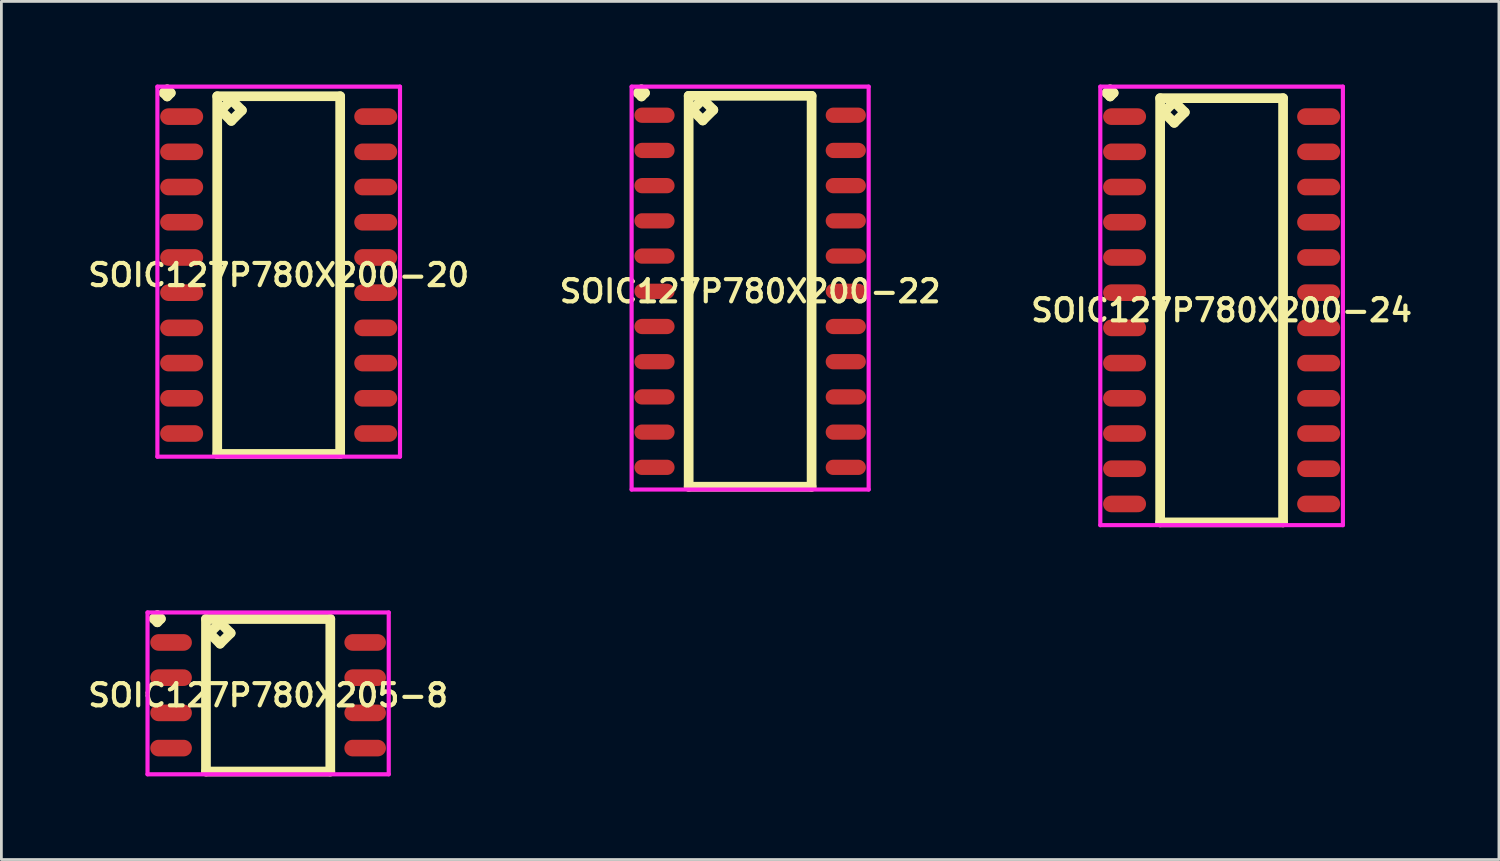
<source format=kicad_pcb>
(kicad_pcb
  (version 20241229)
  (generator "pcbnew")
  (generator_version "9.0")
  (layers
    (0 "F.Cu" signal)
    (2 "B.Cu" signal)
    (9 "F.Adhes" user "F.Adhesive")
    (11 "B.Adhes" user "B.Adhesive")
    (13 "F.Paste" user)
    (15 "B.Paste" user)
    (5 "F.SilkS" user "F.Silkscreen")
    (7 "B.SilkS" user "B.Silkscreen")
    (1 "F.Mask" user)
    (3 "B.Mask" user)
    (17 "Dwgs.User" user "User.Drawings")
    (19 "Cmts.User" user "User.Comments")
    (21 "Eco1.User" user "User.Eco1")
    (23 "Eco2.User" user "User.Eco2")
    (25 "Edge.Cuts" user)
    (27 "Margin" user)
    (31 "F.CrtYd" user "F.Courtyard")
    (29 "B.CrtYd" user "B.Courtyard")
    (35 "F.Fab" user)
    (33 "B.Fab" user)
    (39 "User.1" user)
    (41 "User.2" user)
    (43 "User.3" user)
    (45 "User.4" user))
  (footprint "SOIC127P780X200-22"
    (layer "F.Cu")
    (at 24.006 7.456)
    (property "Reference" "SOIC127P780X200-22" (at 0 0 0) (layer "F.SilkS") (effects (font (size 0.8 0.8) (thickness 0.15))))
    (attr smd)
    (fp_line (start -4.048 -7.154) (end -3.921 -7.281) (stroke (width 0.35) (type solid)) (layer "F.SilkS"))
    (fp_line (start -3.921 -7.281) (end -3.794 -7.154) (stroke (width 0.35) (type solid)) (layer "F.SilkS"))
    (fp_line (start -3.921 -7.027) (end -4.048 -7.154) (stroke (width 0.35) (type solid)) (layer "F.SilkS"))
    (fp_line (start -3.794 -7.154) (end -3.921 -7.027) (stroke (width 0.35) (type solid)) (layer "F.SilkS"))
    (fp_line (start -2.217 -7.05) (end -2.217 7.05) (stroke (width 0.35) (type solid)) (layer "F.SilkS"))
    (fp_line (start -2.217 7.05) (end 2.217 7.05) (stroke (width 0.35) (type solid)) (layer "F.SilkS"))
    (fp_line (start -2.09 -6.542) (end -1.709 -6.923) (stroke (width 0.35) (type solid)) (layer "F.SilkS"))
    (fp_line (start -1.709 -6.923) (end -1.328 -6.542) (stroke (width 0.35) (type solid)) (layer "F.SilkS"))
    (fp_line (start -1.709 -6.161) (end -2.09 -6.542) (stroke (width 0.35) (type solid)) (layer "F.SilkS"))
    (fp_line (start -1.328 -6.542) (end -1.709 -6.161) (stroke (width 0.35) (type solid)) (layer "F.SilkS"))
    (fp_line (start 2.217 -7.05) (end -2.217 -7.05) (stroke (width 0.35) (type solid)) (layer "F.SilkS"))
    (fp_line (start 2.217 7.05) (end 2.217 -7.05) (stroke (width 0.35) (type solid)) (layer "F.SilkS"))
    (fp_line (start -4.275 -7.381) (end 4.275 -7.381) (stroke (width 0.15) (type solid)) (layer "F.CrtYd"))
    (fp_line (start -4.275 7.15) (end -4.275 -7.381) (stroke (width 0.15) (type solid)) (layer "F.CrtYd"))
    (fp_line (start 4.275 -7.381) (end 4.275 7.15) (stroke (width 0.15) (type solid)) (layer "F.CrtYd"))
    (fp_line (start 4.275 7.15) (end -4.275 7.15) (stroke (width 0.15) (type solid)) (layer "F.CrtYd"))
    (pad "1" smd oval (at -3.45 -6.35) (size 1.45 0.55) (layers "F.Cu" "F.Mask" "F.Paste"))
    (pad "2" smd oval (at -3.45 -5.08) (size 1.45 0.55) (layers "F.Cu" "F.Mask" "F.Paste"))
    (pad "3" smd oval (at -3.45 -3.81) (size 1.45 0.55) (layers "F.Cu" "F.Mask" "F.Paste"))
    (pad "4" smd oval (at -3.45 -2.54) (size 1.45 0.55) (layers "F.Cu" "F.Mask" "F.Paste"))
    (pad "5" smd oval (at -3.45 -1.27) (size 1.45 0.55) (layers "F.Cu" "F.Mask" "F.Paste"))
    (pad "6" smd oval (at -3.45 0) (size 1.45 0.55) (layers "F.Cu" "F.Mask" "F.Paste"))
    (pad "7" smd oval (at -3.45 1.27) (size 1.45 0.55) (layers "F.Cu" "F.Mask" "F.Paste"))
    (pad "8" smd oval (at -3.45 2.54) (size 1.45 0.55) (layers "F.Cu" "F.Mask" "F.Paste"))
    (pad "9" smd oval (at -3.45 3.81) (size 1.45 0.55) (layers "F.Cu" "F.Mask" "F.Paste"))
    (pad "10" smd oval (at -3.45 5.08) (size 1.45 0.55) (layers "F.Cu" "F.Mask" "F.Paste"))
    (pad "11" smd oval (at -3.45 6.35) (size 1.45 0.55) (layers "F.Cu" "F.Mask" "F.Paste"))
    (pad "12" smd oval (at 3.45 6.35) (size 1.45 0.55) (layers "F.Cu" "F.Mask" "F.Paste"))
    (pad "13" smd oval (at 3.45 5.08) (size 1.45 0.55) (layers "F.Cu" "F.Mask" "F.Paste"))
    (pad "14" smd oval (at 3.45 3.81) (size 1.45 0.55) (layers "F.Cu" "F.Mask" "F.Paste"))
    (pad "15" smd oval (at 3.45 2.54) (size 1.45 0.55) (layers "F.Cu" "F.Mask" "F.Paste"))
    (pad "16" smd oval (at 3.45 1.27) (size 1.45 0.55) (layers "F.Cu" "F.Mask" "F.Paste"))
    (pad "17" smd oval (at 3.45 0) (size 1.45 0.55) (layers "F.Cu" "F.Mask" "F.Paste"))
    (pad "18" smd oval (at 3.45 -1.27) (size 1.45 0.55) (layers "F.Cu" "F.Mask" "F.Paste"))
    (pad "19" smd oval (at 3.45 -2.54) (size 1.45 0.55) (layers "F.Cu" "F.Mask" "F.Paste"))
    (pad "20" smd oval (at 3.45 -3.81) (size 1.45 0.55) (layers "F.Cu" "F.Mask" "F.Paste"))
    (pad "21" smd oval (at 3.45 -5.08) (size 1.45 0.55) (layers "F.Cu" "F.Mask" "F.Paste"))
    (pad "22" smd oval (at 3.45 -6.35) (size 1.45 0.55) (layers "F.Cu" "F.Mask" "F.Paste")))
  (footprint "SOIC127P780X200-20"
    (layer "F.Cu")
    (at 7.002 6.871)
    (property "Reference" "SOIC127P780X200-20" (at 0 0 0) (layer "F.SilkS") (effects (font (size 0.8 0.8) (thickness 0.15))))
    (attr smd)
    (fp_line (start -4.148 -6.569) (end -4.021 -6.696) (stroke (width 0.35) (type solid)) (layer "F.SilkS"))
    (fp_line (start -4.021 -6.696) (end -3.894 -6.569) (stroke (width 0.35) (type solid)) (layer "F.SilkS"))
    (fp_line (start -4.021 -6.442) (end -4.148 -6.569) (stroke (width 0.35) (type solid)) (layer "F.SilkS"))
    (fp_line (start -3.894 -6.569) (end -4.021 -6.442) (stroke (width 0.35) (type solid)) (layer "F.SilkS"))
    (fp_line (start -2.217 -6.45) (end -2.217 6.45) (stroke (width 0.35) (type solid)) (layer "F.SilkS"))
    (fp_line (start -2.217 6.45) (end 2.217 6.45) (stroke (width 0.35) (type solid)) (layer "F.SilkS"))
    (fp_line (start -2.09 -5.942) (end -1.709 -6.323) (stroke (width 0.35) (type solid)) (layer "F.SilkS"))
    (fp_line (start -1.709 -6.323) (end -1.328 -5.942) (stroke (width 0.35) (type solid)) (layer "F.SilkS"))
    (fp_line (start -1.709 -5.561) (end -2.09 -5.942) (stroke (width 0.35) (type solid)) (layer "F.SilkS"))
    (fp_line (start -1.328 -5.942) (end -1.709 -5.561) (stroke (width 0.35) (type solid)) (layer "F.SilkS"))
    (fp_line (start 2.217 -6.45) (end -2.217 -6.45) (stroke (width 0.35) (type solid)) (layer "F.SilkS"))
    (fp_line (start 2.217 6.45) (end 2.217 -6.45) (stroke (width 0.35) (type solid)) (layer "F.SilkS"))
    (fp_line (start -4.375 -6.796) (end 4.375 -6.796) (stroke (width 0.15) (type solid)) (layer "F.CrtYd"))
    (fp_line (start -4.375 6.55) (end -4.375 -6.796) (stroke (width 0.15) (type solid)) (layer "F.CrtYd"))
    (fp_line (start 4.375 -6.796) (end 4.375 6.55) (stroke (width 0.15) (type solid)) (layer "F.CrtYd"))
    (fp_line (start 4.375 6.55) (end -4.375 6.55) (stroke (width 0.15) (type solid)) (layer "F.CrtYd"))
    (pad "1" smd oval (at -3.5 -5.715) (size 1.55 0.6) (layers "F.Cu" "F.Mask" "F.Paste"))
    (pad "2" smd oval (at -3.5 -4.445) (size 1.55 0.6) (layers "F.Cu" "F.Mask" "F.Paste"))
    (pad "3" smd oval (at -3.5 -3.175) (size 1.55 0.6) (layers "F.Cu" "F.Mask" "F.Paste"))
    (pad "4" smd oval (at -3.5 -1.905) (size 1.55 0.6) (layers "F.Cu" "F.Mask" "F.Paste"))
    (pad "5" smd oval (at -3.5 -0.635) (size 1.55 0.6) (layers "F.Cu" "F.Mask" "F.Paste"))
    (pad "6" smd oval (at -3.5 0.635) (size 1.55 0.6) (layers "F.Cu" "F.Mask" "F.Paste"))
    (pad "7" smd oval (at -3.5 1.905) (size 1.55 0.6) (layers "F.Cu" "F.Mask" "F.Paste"))
    (pad "8" smd oval (at -3.5 3.175) (size 1.55 0.6) (layers "F.Cu" "F.Mask" "F.Paste"))
    (pad "9" smd oval (at -3.5 4.445) (size 1.55 0.6) (layers "F.Cu" "F.Mask" "F.Paste"))
    (pad "10" smd oval (at -3.5 5.715) (size 1.55 0.6) (layers "F.Cu" "F.Mask" "F.Paste"))
    (pad "11" smd oval (at 3.5 5.715) (size 1.55 0.6) (layers "F.Cu" "F.Mask" "F.Paste"))
    (pad "12" smd oval (at 3.5 4.445) (size 1.55 0.6) (layers "F.Cu" "F.Mask" "F.Paste"))
    (pad "13" smd oval (at 3.5 3.175) (size 1.55 0.6) (layers "F.Cu" "F.Mask" "F.Paste"))
    (pad "14" smd oval (at 3.5 1.905) (size 1.55 0.6) (layers "F.Cu" "F.Mask" "F.Paste"))
    (pad "15" smd oval (at 3.5 0.635) (size 1.55 0.6) (layers "F.Cu" "F.Mask" "F.Paste"))
    (pad "16" smd oval (at 3.5 -0.635) (size 1.55 0.6) (layers "F.Cu" "F.Mask" "F.Paste"))
    (pad "17" smd oval (at 3.5 -1.905) (size 1.55 0.6) (layers "F.Cu" "F.Mask" "F.Paste"))
    (pad "18" smd oval (at 3.5 -3.175) (size 1.55 0.6) (layers "F.Cu" "F.Mask" "F.Paste"))
    (pad "19" smd oval (at 3.5 -4.445) (size 1.55 0.6) (layers "F.Cu" "F.Mask" "F.Paste"))
    (pad "20" smd oval (at 3.5 -5.715) (size 1.55 0.6) (layers "F.Cu" "F.Mask" "F.Paste")))
  (footprint "SOIC127P780X205-8"
    (layer "F.Cu")
    (at 6.621 22.027)
    (property "Reference" "SOIC127P780X205-8" (at 0 0 0) (layer "F.SilkS") (effects (font (size 0.8 0.8) (thickness 0.15))))
    (attr through_hole)
    (fp_line (start -4.123 -2.759) (end -3.996 -2.886) (stroke (width 0.35) (type solid)) (layer "F.SilkS"))
    (fp_line (start -3.996 -2.886) (end -3.869 -2.759) (stroke (width 0.35) (type solid)) (layer "F.SilkS"))
    (fp_line (start -3.996 -2.632) (end -4.123 -2.759) (stroke (width 0.35) (type solid)) (layer "F.SilkS"))
    (fp_line (start -3.869 -2.759) (end -3.996 -2.632) (stroke (width 0.35) (type solid)) (layer "F.SilkS"))
    (fp_line (start -2.242 -2.75) (end -2.242 2.75) (stroke (width 0.35) (type solid)) (layer "F.SilkS"))
    (fp_line (start -2.242 2.75) (end 2.242 2.75) (stroke (width 0.35) (type solid)) (layer "F.SilkS"))
    (fp_line (start -2.115 -2.242) (end -1.734 -2.623) (stroke (width 0.35) (type solid)) (layer "F.SilkS"))
    (fp_line (start -1.734 -2.623) (end -1.353 -2.242) (stroke (width 0.35) (type solid)) (layer "F.SilkS"))
    (fp_line (start -1.734 -1.861) (end -2.115 -2.242) (stroke (width 0.35) (type solid)) (layer "F.SilkS"))
    (fp_line (start -1.353 -2.242) (end -1.734 -1.861) (stroke (width 0.35) (type solid)) (layer "F.SilkS"))
    (fp_line (start 2.242 -2.75) (end -2.242 -2.75) (stroke (width 0.35) (type solid)) (layer "F.SilkS"))
    (fp_line (start 2.242 2.75) (end 2.242 -2.75) (stroke (width 0.35) (type solid)) (layer "F.SilkS"))
    (fp_line (start -4.35 -2.986) (end 4.35 -2.986) (stroke (width 0.15) (type solid)) (layer "F.CrtYd"))
    (fp_line (start -4.35 2.85) (end -4.35 -2.986) (stroke (width 0.15) (type solid)) (layer "F.CrtYd"))
    (fp_line (start 4.35 -2.986) (end 4.35 2.85) (stroke (width 0.15) (type solid)) (layer "F.CrtYd"))
    (fp_line (start 4.35 2.85) (end -4.35 2.85) (stroke (width 0.15) (type solid)) (layer "F.CrtYd"))
    (pad "1" smd oval (at -3.5 -1.905) (size 1.5 0.6) (layers "F.Cu" "F.Mask" "F.Paste"))
    (pad "2" smd oval (at -3.5 -0.635) (size 1.5 0.6) (layers "F.Cu" "F.Mask" "F.Paste"))
    (pad "3" smd oval (at -3.5 0.635) (size 1.5 0.6) (layers "F.Cu" "F.Mask" "F.Paste"))
    (pad "4" smd oval (at -3.5 1.905) (size 1.5 0.6) (layers "F.Cu" "F.Mask" "F.Paste"))
    (pad "5" smd oval (at 3.5 1.905) (size 1.5 0.6) (layers "F.Cu" "F.Mask" "F.Paste"))
    (pad "6" smd oval (at 3.5 0.635) (size 1.5 0.6) (layers "F.Cu" "F.Mask" "F.Paste"))
    (pad "7" smd oval (at 3.5 -0.635) (size 1.5 0.6) (layers "F.Cu" "F.Mask" "F.Paste"))
    (pad "8" smd oval (at 3.5 -1.905) (size 1.5 0.6) (layers "F.Cu" "F.Mask" "F.Paste")))
  (footprint "SOIC127P780X200-24"
    (layer "F.Cu")
    (at 41.011 8.141)
    (property "Reference" "SOIC127P780X200-24" (at 0 0 0) (layer "F.SilkS") (effects (font (size 0.8 0.8) (thickness 0.15))))
    (attr smd)
    (fp_line (start -4.148 -7.839) (end -4.021 -7.966) (stroke (width 0.35) (type solid)) (layer "F.SilkS"))
    (fp_line (start -4.021 -7.966) (end -3.894 -7.839) (stroke (width 0.35) (type solid)) (layer "F.SilkS"))
    (fp_line (start -4.021 -7.712) (end -4.148 -7.839) (stroke (width 0.35) (type solid)) (layer "F.SilkS"))
    (fp_line (start -3.894 -7.839) (end -4.021 -7.712) (stroke (width 0.35) (type solid)) (layer "F.SilkS"))
    (fp_line (start -2.217 -7.65) (end -2.217 7.65) (stroke (width 0.35) (type solid)) (layer "F.SilkS"))
    (fp_line (start -2.217 7.65) (end 2.217 7.65) (stroke (width 0.35) (type solid)) (layer "F.SilkS"))
    (fp_line (start -2.09 -7.142) (end -1.709 -7.523) (stroke (width 0.35) (type solid)) (layer "F.SilkS"))
    (fp_line (start -1.709 -7.523) (end -1.328 -7.142) (stroke (width 0.35) (type solid)) (layer "F.SilkS"))
    (fp_line (start -1.709 -6.761) (end -2.09 -7.142) (stroke (width 0.35) (type solid)) (layer "F.SilkS"))
    (fp_line (start -1.328 -7.142) (end -1.709 -6.761) (stroke (width 0.35) (type solid)) (layer "F.SilkS"))
    (fp_line (start 2.217 -7.65) (end -2.217 -7.65) (stroke (width 0.35) (type solid)) (layer "F.SilkS"))
    (fp_line (start 2.217 7.65) (end 2.217 -7.65) (stroke (width 0.35) (type solid)) (layer "F.SilkS"))
    (fp_line (start -4.375 -8.066) (end 4.375 -8.066) (stroke (width 0.15) (type solid)) (layer "F.CrtYd"))
    (fp_line (start -4.375 7.75) (end -4.375 -8.066) (stroke (width 0.15) (type solid)) (layer "F.CrtYd"))
    (fp_line (start 4.375 -8.066) (end 4.375 7.75) (stroke (width 0.15) (type solid)) (layer "F.CrtYd"))
    (fp_line (start 4.375 7.75) (end -4.375 7.75) (stroke (width 0.15) (type solid)) (layer "F.CrtYd"))
    (pad "1" smd oval (at -3.5 -6.985) (size 1.55 0.6) (layers "F.Cu" "F.Mask" "F.Paste"))
    (pad "2" smd oval (at -3.5 -5.715) (size 1.55 0.6) (layers "F.Cu" "F.Mask" "F.Paste"))
    (pad "3" smd oval (at -3.5 -4.445) (size 1.55 0.6) (layers "F.Cu" "F.Mask" "F.Paste"))
    (pad "4" smd oval (at -3.5 -3.175) (size 1.55 0.6) (layers "F.Cu" "F.Mask" "F.Paste"))
    (pad "5" smd oval (at -3.5 -1.905) (size 1.55 0.6) (layers "F.Cu" "F.Mask" "F.Paste"))
    (pad "6" smd oval (at -3.5 -0.635) (size 1.55 0.6) (layers "F.Cu" "F.Mask" "F.Paste"))
    (pad "7" smd oval (at -3.5 0.635) (size 1.55 0.6) (layers "F.Cu" "F.Mask" "F.Paste"))
    (pad "8" smd oval (at -3.5 1.905) (size 1.55 0.6) (layers "F.Cu" "F.Mask" "F.Paste"))
    (pad "9" smd oval (at -3.5 3.175) (size 1.55 0.6) (layers "F.Cu" "F.Mask" "F.Paste"))
    (pad "10" smd oval (at -3.5 4.445) (size 1.55 0.6) (layers "F.Cu" "F.Mask" "F.Paste"))
    (pad "11" smd oval (at -3.5 5.715) (size 1.55 0.6) (layers "F.Cu" "F.Mask" "F.Paste"))
    (pad "12" smd oval (at -3.5 6.985) (size 1.55 0.6) (layers "F.Cu" "F.Mask" "F.Paste"))
    (pad "13" smd oval (at 3.5 6.985) (size 1.55 0.6) (layers "F.Cu" "F.Mask" "F.Paste"))
    (pad "14" smd oval (at 3.5 5.715) (size 1.55 0.6) (layers "F.Cu" "F.Mask" "F.Paste"))
    (pad "15" smd oval (at 3.5 4.445) (size 1.55 0.6) (layers "F.Cu" "F.Mask" "F.Paste"))
    (pad "16" smd oval (at 3.5 3.175) (size 1.55 0.6) (layers "F.Cu" "F.Mask" "F.Paste"))
    (pad "17" smd oval (at 3.5 1.905) (size 1.55 0.6) (layers "F.Cu" "F.Mask" "F.Paste"))
    (pad "18" smd oval (at 3.5 0.635) (size 1.55 0.6) (layers "F.Cu" "F.Mask" "F.Paste"))
    (pad "19" smd oval (at 3.5 -0.635) (size 1.55 0.6) (layers "F.Cu" "F.Mask" "F.Paste"))
    (pad "20" smd oval (at 3.5 -1.905) (size 1.55 0.6) (layers "F.Cu" "F.Mask" "F.Paste"))
    (pad "21" smd oval (at 3.5 -3.175) (size 1.55 0.6) (layers "F.Cu" "F.Mask" "F.Paste"))
    (pad "22" smd oval (at 3.5 -4.445) (size 1.55 0.6) (layers "F.Cu" "F.Mask" "F.Paste"))
    (pad "23" smd oval (at 3.5 -5.715) (size 1.55 0.6) (layers "F.Cu" "F.Mask" "F.Paste"))
    (pad "24" smd oval (at 3.5 -6.985) (size 1.55 0.6) (layers "F.Cu" "F.Mask" "F.Paste")))
  (gr_rect
    (start -3 -3)
    (end 51.013 27.952)
    (stroke (width 0.1) (type default))
    (fill no)
    (layer "Edge.Cuts")))
</source>
